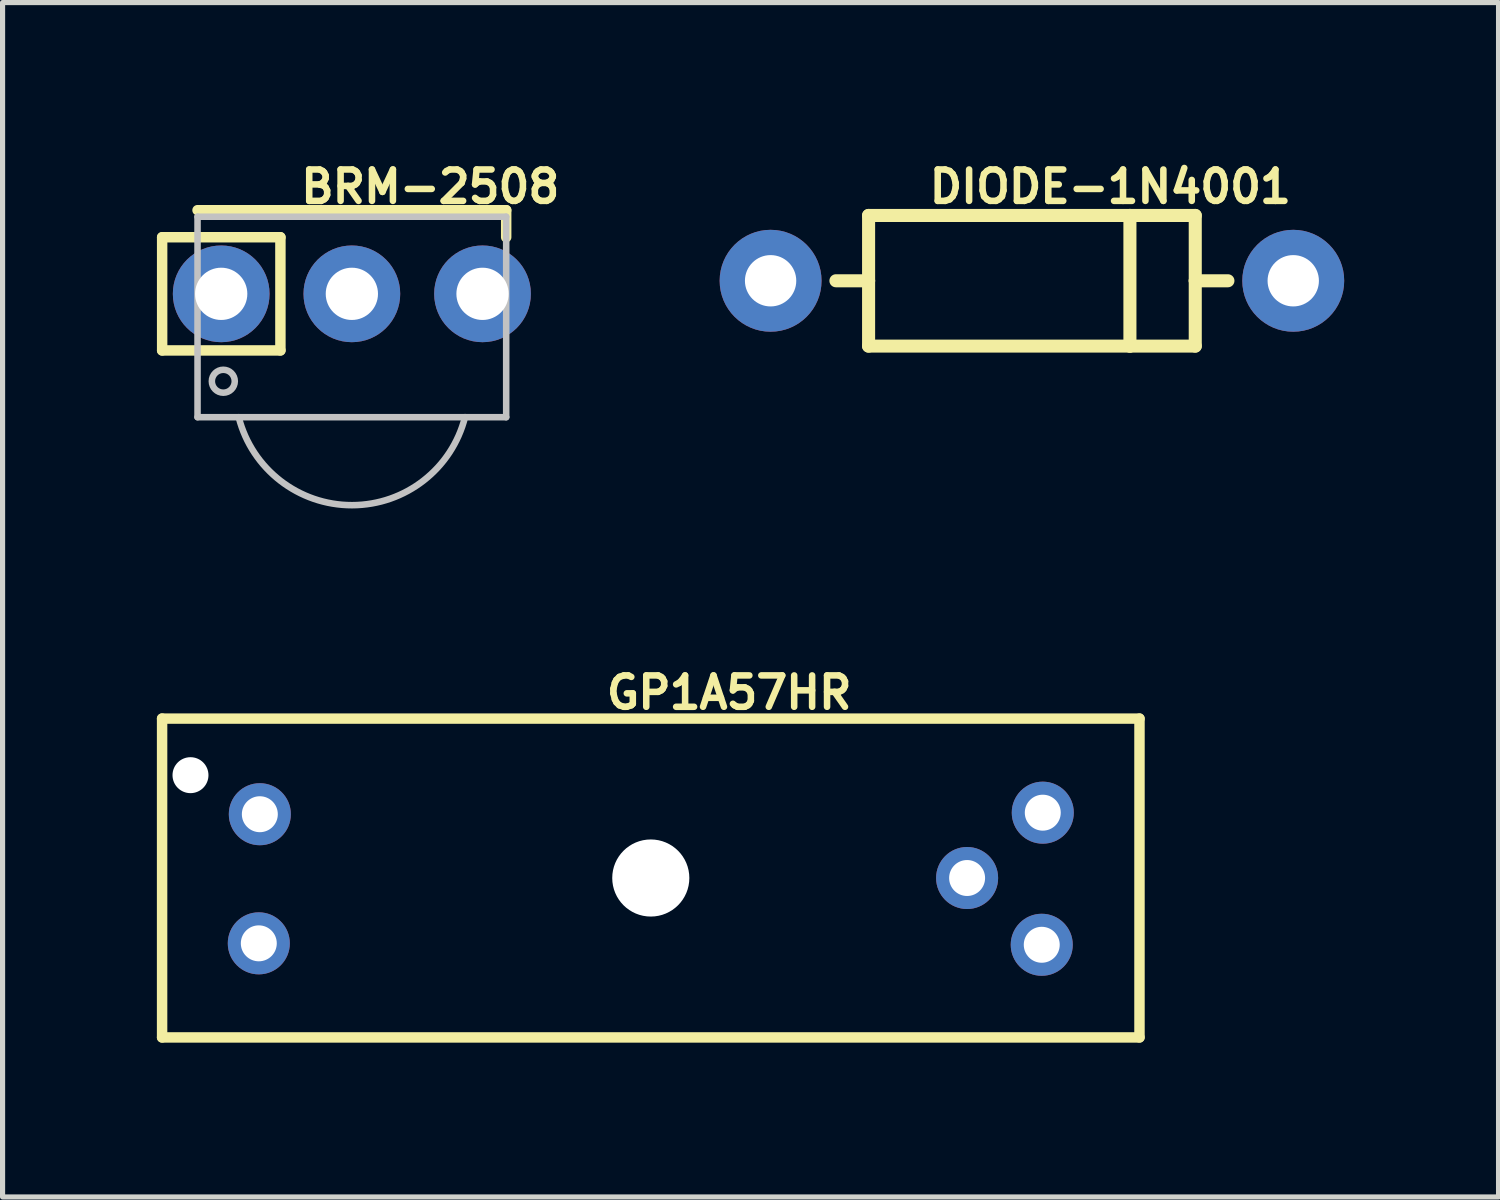
<source format=kicad_pcb>
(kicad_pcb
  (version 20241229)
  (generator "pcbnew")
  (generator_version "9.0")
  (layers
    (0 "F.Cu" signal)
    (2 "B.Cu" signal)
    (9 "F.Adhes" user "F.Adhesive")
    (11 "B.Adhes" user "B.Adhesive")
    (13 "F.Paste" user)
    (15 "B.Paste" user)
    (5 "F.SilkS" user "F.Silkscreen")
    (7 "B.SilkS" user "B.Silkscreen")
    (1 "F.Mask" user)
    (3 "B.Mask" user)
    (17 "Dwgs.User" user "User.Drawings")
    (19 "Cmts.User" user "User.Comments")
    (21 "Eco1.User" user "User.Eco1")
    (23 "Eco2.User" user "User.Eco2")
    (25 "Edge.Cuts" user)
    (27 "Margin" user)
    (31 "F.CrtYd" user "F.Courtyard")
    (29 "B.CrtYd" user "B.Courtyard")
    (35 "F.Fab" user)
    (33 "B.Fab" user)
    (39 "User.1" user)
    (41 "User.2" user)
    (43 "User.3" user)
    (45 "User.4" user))
  (footprint "BRM-2508"
    (layer "F.Cu")
    (at 3.79 2.662)
    (property "Reference" "BRM-2508" (at 1.524 -2.083 0) (layer "F.SilkS") (effects (font (size 0.61 0.61) (thickness 0.127))))
    (attr exclude_from_pos_files exclude_from_bom)
    (fp_line (start -3.688 -1.1) (end -3.688 1.1) (stroke (width 0.203) (type solid)) (layer "F.SilkS"))
    (fp_line (start -3 -1.626) (end 3 -1.626) (stroke (width 0.203) (type solid)) (layer "F.SilkS"))
    (fp_line (start -1.389 -1.1) (end -3.688 -1.1) (stroke (width 0.203) (type solid)) (layer "F.SilkS"))
    (fp_line (start -1.389 -1.1) (end -1.389 1.1) (stroke (width 0.203) (type solid)) (layer "F.SilkS"))
    (fp_line (start -1.389 1.1) (end -3.688 1.1) (stroke (width 0.203) (type solid)) (layer "F.SilkS"))
    (fp_line (start 3 -1.626) (end 3 -1.1) (stroke (width 0.203) (type solid)) (layer "F.SilkS"))
    (fp_line (start -3 -1.499) (end -3 2.398) (stroke (width 0.127) (type solid)) (layer "Dwgs.User"))
    (fp_line (start -3 -1.499) (end 3 -1.499) (stroke (width 0.127) (type solid)) (layer "Dwgs.User"))
    (fp_line (start -3 2.398) (end -2.2 2.398) (stroke (width 0.127) (type solid)) (layer "Dwgs.User"))
    (fp_line (start -2.794 -0.254) (end -2.286 -0.254) (stroke (width 0.066) (type solid)) (layer "Dwgs.User"))
    (fp_line (start -2.794 0.254) (end -2.794 -0.254) (stroke (width 0.066) (type solid)) (layer "Dwgs.User"))
    (fp_line (start -2.794 0.254) (end -2.286 0.254) (stroke (width 0.066) (type solid)) (layer "Dwgs.User"))
    (fp_line (start -2.286 0.254) (end -2.286 -0.254) (stroke (width 0.066) (type solid)) (layer "Dwgs.User"))
    (fp_line (start -2.2 2.398) (end 2.2 2.398) (stroke (width 0.127) (type solid)) (layer "Dwgs.User"))
    (fp_line (start -0.254 -0.254) (end 0.254 -0.254) (stroke (width 0.066) (type solid)) (layer "Dwgs.User"))
    (fp_line (start -0.254 0.254) (end -0.254 -0.254) (stroke (width 0.066) (type solid)) (layer "Dwgs.User"))
    (fp_line (start -0.254 0.254) (end 0.254 0.254) (stroke (width 0.066) (type solid)) (layer "Dwgs.User"))
    (fp_line (start 0.254 0.254) (end 0.254 -0.254) (stroke (width 0.066) (type solid)) (layer "Dwgs.User"))
    (fp_line (start 2.2 2.398) (end 3 2.398) (stroke (width 0.127) (type solid)) (layer "Dwgs.User"))
    (fp_line (start 2.286 -0.254) (end 2.794 -0.254) (stroke (width 0.066) (type solid)) (layer "Dwgs.User"))
    (fp_line (start 2.286 0.254) (end 2.286 -0.254) (stroke (width 0.066) (type solid)) (layer "Dwgs.User"))
    (fp_line (start 2.286 0.254) (end 2.794 0.254) (stroke (width 0.066) (type solid)) (layer "Dwgs.User"))
    (fp_line (start 2.794 0.254) (end 2.794 -0.254) (stroke (width 0.066) (type solid)) (layer "Dwgs.User"))
    (fp_line (start 3 -1.499) (end 3 2.398) (stroke (width 0.127) (type solid)) (layer "Dwgs.User"))
    (fp_arc (start 2.19964 2.39776) (mid 0.003804 4.108466) (end -2.197755 2.40513) (stroke (width 0.127) (type solid)) (layer "Dwgs.User"))
    (fp_circle (center -2.499 1.699) (end -2.499 1.476) (stroke (width 0.127) (type solid)) (fill no) (layer "Dwgs.User"))
    (pad "1" thru_hole circle (at -2.54 0) (size 1.88 1.88) (drill 1.016) (layers "*.Cu" "*.Paste" "*.Mask"))
    (pad "2" thru_hole circle (at 0 0) (size 1.88 1.88) (drill 1.016) (layers "*.Cu" "*.Paste" "*.Mask"))
    (pad "3" thru_hole circle (at 2.54 0) (size 1.88 1.88) (drill 1.016) (layers "*.Cu" "*.Paste" "*.Mask")))
  (footprint "GP1A57HR"
    (layer "F.Cu")
    (at 9.601 14.018)
    (property "Reference" "GP1A57HR" (at 1.524 -3.604 0) (layer "F.SilkS") (effects (font (size 0.61 0.61) (thickness 0.127))))
    (attr exclude_from_pos_files exclude_from_bom)
    (fp_line (start -9.5 -3.099) (end 9.5 -3.099) (stroke (width 0.203) (type solid)) (layer "F.SilkS"))
    (fp_line (start -9.5 3.099) (end -9.5 -3.099) (stroke (width 0.203) (type solid)) (layer "F.SilkS"))
    (fp_line (start 9.5 -3.099) (end 9.5 3.099) (stroke (width 0.203) (type solid)) (layer "F.SilkS"))
    (fp_line (start 9.5 3.099) (end -9.5 3.099) (stroke (width 0.203) (type solid)) (layer "F.SilkS"))
    (pad "" np_thru_hole circle (at -8.948 -1.999) (size 0.699 0.699) (drill 0.699) (layers "*.Cu" "*.Mask"))
    (pad "" np_thru_hole circle (at 0 0) (size 1.499 1.499) (drill 1.499) (layers "*.Cu" "*.Mask"))
    (pad "1" thru_hole circle (at -7.6 -1.24) (size 1.206 1.206) (drill 0.699) (layers "*.Cu" "*.Paste" "*.Mask"))
    (pad "2" thru_hole circle (at -7.62 1.27) (size 1.206 1.206) (drill 0.699) (layers "*.Cu" "*.Paste" "*.Mask"))
    (pad "3" thru_hole circle (at 7.6 1.298) (size 1.206 1.206) (drill 0.699) (layers "*.Cu" "*.Paste" "*.Mask"))
    (pad "4" thru_hole circle (at 6.149 0) (size 1.206 1.206) (drill 0.699) (layers "*.Cu" "*.Paste" "*.Mask"))
    (pad "5" thru_hole circle (at 7.62 -1.27) (size 1.206 1.206) (drill 0.699) (layers "*.Cu" "*.Paste" "*.Mask")))
  (footprint "DIODE-1N4001"
    (layer "F.Cu")
    (at 17.01 2.408)
    (property "Reference" "DIODE-1N4001" (at 1.524 -1.829 0) (layer "F.SilkS") (effects (font (size 0.61 0.61) (thickness 0.127))))
    (attr exclude_from_pos_files exclude_from_bom)
    (fp_line (start -3.175 -1.27) (end -3.175 0) (stroke (width 0.254) (type solid)) (layer "F.SilkS"))
    (fp_line (start -3.175 0) (end -3.81 0) (stroke (width 0.254) (type solid)) (layer "F.SilkS"))
    (fp_line (start -3.175 0) (end -3.175 1.27) (stroke (width 0.254) (type solid)) (layer "F.SilkS"))
    (fp_line (start -3.175 1.27) (end 1.905 1.27) (stroke (width 0.254) (type solid)) (layer "F.SilkS"))
    (fp_line (start 1.905 -1.27) (end -3.175 -1.27) (stroke (width 0.254) (type solid)) (layer "F.SilkS"))
    (fp_line (start 1.905 -1.27) (end 1.905 1.27) (stroke (width 0.254) (type solid)) (layer "F.SilkS"))
    (fp_line (start 1.905 1.27) (end 3.175 1.27) (stroke (width 0.254) (type solid)) (layer "F.SilkS"))
    (fp_line (start 3.175 -1.27) (end 1.905 -1.27) (stroke (width 0.254) (type solid)) (layer "F.SilkS"))
    (fp_line (start 3.175 0) (end 3.175 -1.27) (stroke (width 0.254) (type solid)) (layer "F.SilkS"))
    (fp_line (start 3.175 0) (end 3.81 0) (stroke (width 0.254) (type solid)) (layer "F.SilkS"))
    (fp_line (start 3.175 1.27) (end 3.175 0) (stroke (width 0.254) (type solid)) (layer "F.SilkS"))
    (pad "A" thru_hole circle (at -5.08 0) (size 1.981 1.981) (drill 0.998) (layers "*.Cu" "*.Paste" "*.Mask"))
    (pad "C" thru_hole circle (at 5.08 0) (size 1.981 1.981) (drill 0.998) (layers "*.Cu" "*.Paste" "*.Mask")))
  (gr_rect
    (start -3 -3)
    (end 26.081 20.218)
    (stroke (width 0.1) (type default))
    (fill no)
    (layer "Edge.Cuts")))
</source>
